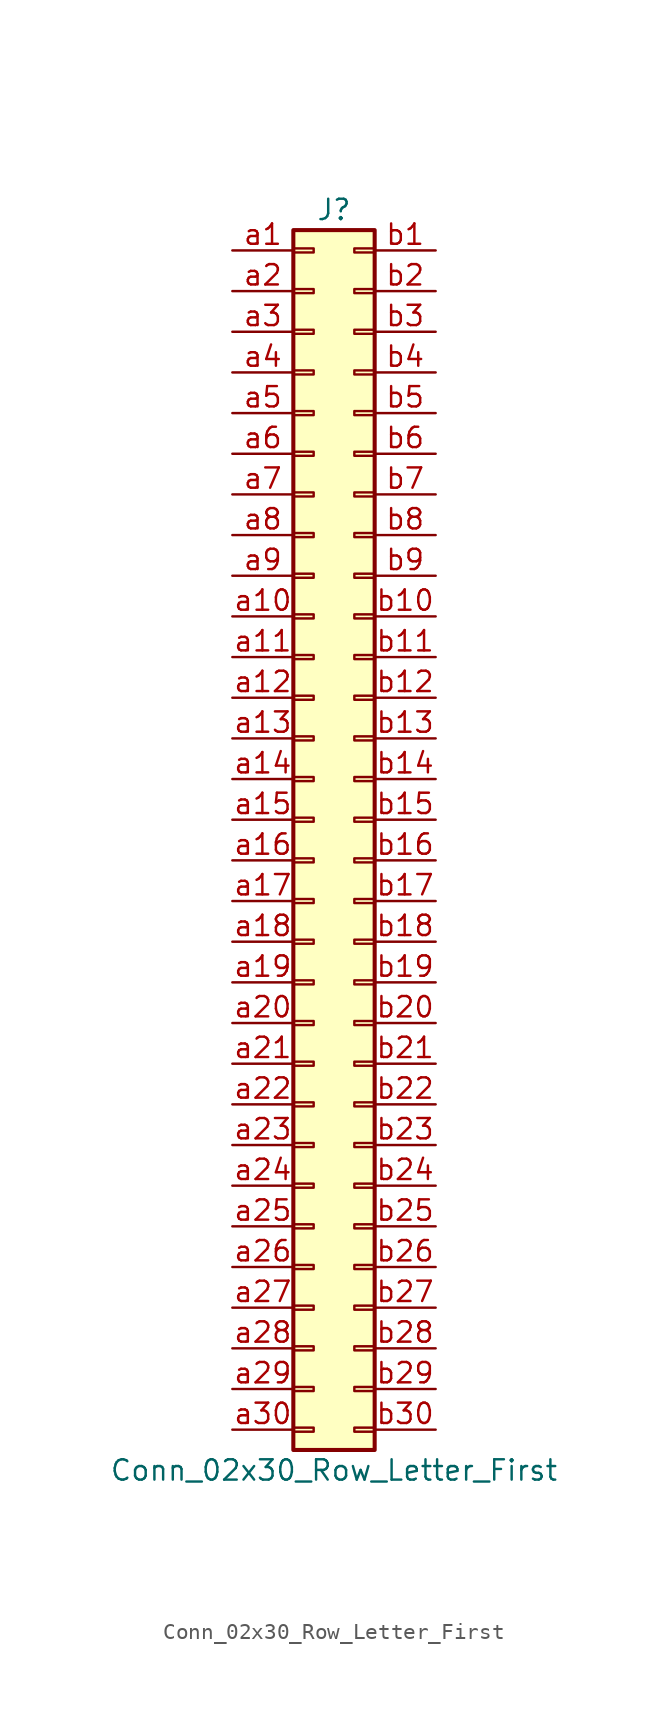
<source format=kicad_sym>
(kicad_symbol_lib
  (version 20201005)
  (generator kicad_symbol_editor)
  (symbol "Connector_Generic:Conn_02x30_Row_Letter_First"
    (pin_names
      (offset 1.016) hide)
    (property "Reference" "J"
      (at 1.27 38.1 0)
      (effects (font (size 1.27 1.27))))
    (property "Value" "Conn_02x30_Row_Letter_First"
      (at 1.27 -40.64 0)
      (effects (font (size 1.27 1.27))))
    (symbol "Conn_02x30_Row_Letter_First_1_1"
      (rectangle (start -1.27 -27.813) (end 0 -28.067) (stroke (width 0.152)) (fill (type none)))
      (rectangle (start -1.27 -30.353) (end 0 -30.607) (stroke (width 0.152)) (fill (type none)))
      (rectangle (start -1.27 -32.893) (end 0 -33.147) (stroke (width 0.152)) (fill (type none)))
      (rectangle (start -1.27 -35.433) (end 0 -35.687) (stroke (width 0.152)) (fill (type none)))
      (rectangle (start -1.27 -37.973) (end 0 -38.227) (stroke (width 0.152)) (fill (type none)))
      (rectangle (start -1.27 -4.953) (end 0 -5.207) (stroke (width 0.152)) (fill (type none)))
      (rectangle (start -1.27 -7.493) (end 0 -7.747) (stroke (width 0.152)) (fill (type none)))
      (rectangle (start -1.27 -10.033) (end 0 -10.287) (stroke (width 0.152)) (fill (type none)))
      (rectangle (start -1.27 -12.573) (end 0 -12.827) (stroke (width 0.152)) (fill (type none)))
      (rectangle (start -1.27 -15.113) (end 0 -15.367) (stroke (width 0.152)) (fill (type none)))
      (rectangle (start -1.27 -17.653) (end 0 -17.907) (stroke (width 0.152)) (fill (type none)))
      (rectangle (start -1.27 -20.193) (end 0 -20.447) (stroke (width 0.152)) (fill (type none)))
      (rectangle (start -1.27 -22.733) (end 0 -22.987) (stroke (width 0.152)) (fill (type none)))
      (rectangle (start -1.27 -2.413) (end 0 -2.667) (stroke (width 0.152)) (fill (type none)))
      (rectangle (start -1.27 -25.273) (end 0 -25.527) (stroke (width 0.152)) (fill (type none)))
      (rectangle (start -1.27 25.527) (end 0 25.273) (stroke (width 0.152)) (fill (type none)))
      (rectangle (start -1.27 2.667) (end 0 2.413) (stroke (width 0.152)) (fill (type none)))
      (rectangle (start -1.27 28.067) (end 0 27.813) (stroke (width 0.152)) (fill (type none)))
      (rectangle (start -1.27 30.607) (end 0 30.353) (stroke (width 0.152)) (fill (type none)))
      (rectangle (start -1.27 33.147) (end 0 32.893) (stroke (width 0.152)) (fill (type none)))
      (rectangle (start -1.27 35.687) (end 0 35.433) (stroke (width 0.152)) (fill (type none)))
      (rectangle (start -1.27 36.83) (end 3.81 -39.37) (stroke (width 0.254)) (fill (type background)))
      (rectangle (start -1.27 5.207) (end 0 4.953) (stroke (width 0.152)) (fill (type none)))
      (rectangle (start -1.27 7.747) (end 0 7.493) (stroke (width 0.152)) (fill (type none)))
      (rectangle (start -1.27 10.287) (end 0 10.033) (stroke (width 0.152)) (fill (type none)))
      (rectangle (start -1.27 0.127) (end 0 -0.127) (stroke (width 0.152)) (fill (type none)))
      (rectangle (start -1.27 12.827) (end 0 12.573) (stroke (width 0.152)) (fill (type none)))
      (rectangle (start -1.27 15.367) (end 0 15.113) (stroke (width 0.152)) (fill (type none)))
      (rectangle (start -1.27 17.907) (end 0 17.653) (stroke (width 0.152)) (fill (type none)))
      (rectangle (start -1.27 20.447) (end 0 20.193) (stroke (width 0.152)) (fill (type none)))
      (rectangle (start -1.27 22.987) (end 0 22.733) (stroke (width 0.152)) (fill (type none)))
      (rectangle (start 3.81 -27.813) (end 2.54 -28.067) (stroke (width 0.152)) (fill (type none)))
      (rectangle (start 3.81 -30.353) (end 2.54 -30.607) (stroke (width 0.152)) (fill (type none)))
      (rectangle (start 3.81 -32.893) (end 2.54 -33.147) (stroke (width 0.152)) (fill (type none)))
      (rectangle (start 3.81 -35.433) (end 2.54 -35.687) (stroke (width 0.152)) (fill (type none)))
      (rectangle (start 3.81 -37.973) (end 2.54 -38.227) (stroke (width 0.152)) (fill (type none)))
      (rectangle (start 3.81 -4.953) (end 2.54 -5.207) (stroke (width 0.152)) (fill (type none)))
      (rectangle (start 3.81 -7.493) (end 2.54 -7.747) (stroke (width 0.152)) (fill (type none)))
      (rectangle (start 3.81 -10.033) (end 2.54 -10.287) (stroke (width 0.152)) (fill (type none)))
      (rectangle (start 3.81 -12.573) (end 2.54 -12.827) (stroke (width 0.152)) (fill (type none)))
      (rectangle (start 3.81 -15.113) (end 2.54 -15.367) (stroke (width 0.152)) (fill (type none)))
      (rectangle (start 3.81 -17.653) (end 2.54 -17.907) (stroke (width 0.152)) (fill (type none)))
      (rectangle (start 3.81 -20.193) (end 2.54 -20.447) (stroke (width 0.152)) (fill (type none)))
      (rectangle (start 3.81 -22.733) (end 2.54 -22.987) (stroke (width 0.152)) (fill (type none)))
      (rectangle (start 3.81 -2.413) (end 2.54 -2.667) (stroke (width 0.152)) (fill (type none)))
      (rectangle (start 3.81 -25.273) (end 2.54 -25.527) (stroke (width 0.152)) (fill (type none)))
      (rectangle (start 3.81 25.527) (end 2.54 25.273) (stroke (width 0.152)) (fill (type none)))
      (rectangle (start 3.81 2.667) (end 2.54 2.413) (stroke (width 0.152)) (fill (type none)))
      (rectangle (start 3.81 28.067) (end 2.54 27.813) (stroke (width 0.152)) (fill (type none)))
      (rectangle (start 3.81 30.607) (end 2.54 30.353) (stroke (width 0.152)) (fill (type none)))
      (rectangle (start 3.81 33.147) (end 2.54 32.893) (stroke (width 0.152)) (fill (type none)))
      (rectangle (start 3.81 35.687) (end 2.54 35.433) (stroke (width 0.152)) (fill (type none)))
      (rectangle (start 3.81 5.207) (end 2.54 4.953) (stroke (width 0.152)) (fill (type none)))
      (rectangle (start 3.81 7.747) (end 2.54 7.493) (stroke (width 0.152)) (fill (type none)))
      (rectangle (start 3.81 10.287) (end 2.54 10.033) (stroke (width 0.152)) (fill (type none)))
      (rectangle (start 3.81 0.127) (end 2.54 -0.127) (stroke (width 0.152)) (fill (type none)))
      (rectangle (start 3.81 12.827) (end 2.54 12.573) (stroke (width 0.152)) (fill (type none)))
      (rectangle (start 3.81 15.367) (end 2.54 15.113) (stroke (width 0.152)) (fill (type none)))
      (rectangle (start 3.81 17.907) (end 2.54 17.653) (stroke (width 0.152)) (fill (type none)))
      (rectangle (start 3.81 20.447) (end 2.54 20.193) (stroke (width 0.152)) (fill (type none)))
      (rectangle (start 3.81 22.987) (end 2.54 22.733) (stroke (width 0.152)) (fill (type none)))
      (pin passive line (at -5.08 35.56 0) (length 3.81) (name "Pin_a1" (effects (font (size 1.27 1.27)))) (number "a1" (effects (font (size 1.27 1.27)))))
      (pin passive line (at -5.08 12.7 0) (length 3.81) (name "Pin_a10" (effects (font (size 1.27 1.27)))) (number "a10" (effects (font (size 1.27 1.27)))))
      (pin passive line (at -5.08 10.16 0) (length 3.81) (name "Pin_a11" (effects (font (size 1.27 1.27)))) (number "a11" (effects (font (size 1.27 1.27)))))
      (pin passive line (at -5.08 7.62 0) (length 3.81) (name "Pin_a12" (effects (font (size 1.27 1.27)))) (number "a12" (effects (font (size 1.27 1.27)))))
      (pin passive line (at -5.08 5.08 0) (length 3.81) (name "Pin_a13" (effects (font (size 1.27 1.27)))) (number "a13" (effects (font (size 1.27 1.27)))))
      (pin passive line (at -5.08 2.54 0) (length 3.81) (name "Pin_a14" (effects (font (size 1.27 1.27)))) (number "a14" (effects (font (size 1.27 1.27)))))
      (pin passive line (at -5.08 0 0) (length 3.81) (name "Pin_a15" (effects (font (size 1.27 1.27)))) (number "a15" (effects (font (size 1.27 1.27)))))
      (pin passive line (at -5.08 -2.54 0) (length 3.81) (name "Pin_a16" (effects (font (size 1.27 1.27)))) (number "a16" (effects (font (size 1.27 1.27)))))
      (pin passive line (at -5.08 -5.08 0) (length 3.81) (name "Pin_a17" (effects (font (size 1.27 1.27)))) (number "a17" (effects (font (size 1.27 1.27)))))
      (pin passive line (at -5.08 -7.62 0) (length 3.81) (name "Pin_a18" (effects (font (size 1.27 1.27)))) (number "a18" (effects (font (size 1.27 1.27)))))
      (pin passive line (at -5.08 -10.16 0) (length 3.81) (name "Pin_a19" (effects (font (size 1.27 1.27)))) (number "a19" (effects (font (size 1.27 1.27)))))
      (pin passive line (at -5.08 33.02 0) (length 3.81) (name "Pin_a2" (effects (font (size 1.27 1.27)))) (number "a2" (effects (font (size 1.27 1.27)))))
      (pin passive line (at -5.08 -12.7 0) (length 3.81) (name "Pin_a20" (effects (font (size 1.27 1.27)))) (number "a20" (effects (font (size 1.27 1.27)))))
      (pin passive line (at -5.08 -15.24 0) (length 3.81) (name "Pin_a21" (effects (font (size 1.27 1.27)))) (number "a21" (effects (font (size 1.27 1.27)))))
      (pin passive line (at -5.08 -17.78 0) (length 3.81) (name "Pin_a22" (effects (font (size 1.27 1.27)))) (number "a22" (effects (font (size 1.27 1.27)))))
      (pin passive line (at -5.08 -20.32 0) (length 3.81) (name "Pin_a23" (effects (font (size 1.27 1.27)))) (number "a23" (effects (font (size 1.27 1.27)))))
      (pin passive line (at -5.08 -22.86 0) (length 3.81) (name "Pin_a24" (effects (font (size 1.27 1.27)))) (number "a24" (effects (font (size 1.27 1.27)))))
      (pin passive line (at -5.08 -25.4 0) (length 3.81) (name "Pin_a25" (effects (font (size 1.27 1.27)))) (number "a25" (effects (font (size 1.27 1.27)))))
      (pin passive line (at -5.08 -27.94 0) (length 3.81) (name "Pin_a26" (effects (font (size 1.27 1.27)))) (number "a26" (effects (font (size 1.27 1.27)))))
      (pin passive line (at -5.08 -30.48 0) (length 3.81) (name "Pin_a27" (effects (font (size 1.27 1.27)))) (number "a27" (effects (font (size 1.27 1.27)))))
      (pin passive line (at -5.08 -33.02 0) (length 3.81) (name "Pin_a28" (effects (font (size 1.27 1.27)))) (number "a28" (effects (font (size 1.27 1.27)))))
      (pin passive line (at -5.08 -35.56 0) (length 3.81) (name "Pin_a29" (effects (font (size 1.27 1.27)))) (number "a29" (effects (font (size 1.27 1.27)))))
      (pin passive line (at -5.08 30.48 0) (length 3.81) (name "Pin_a3" (effects (font (size 1.27 1.27)))) (number "a3" (effects (font (size 1.27 1.27)))))
      (pin passive line (at -5.08 -38.1 0) (length 3.81) (name "Pin_a30" (effects (font (size 1.27 1.27)))) (number "a30" (effects (font (size 1.27 1.27)))))
      (pin passive line (at -5.08 27.94 0) (length 3.81) (name "Pin_a4" (effects (font (size 1.27 1.27)))) (number "a4" (effects (font (size 1.27 1.27)))))
      (pin passive line (at -5.08 25.4 0) (length 3.81) (name "Pin_a5" (effects (font (size 1.27 1.27)))) (number "a5" (effects (font (size 1.27 1.27)))))
      (pin passive line (at -5.08 22.86 0) (length 3.81) (name "Pin_a6" (effects (font (size 1.27 1.27)))) (number "a6" (effects (font (size 1.27 1.27)))))
      (pin passive line (at -5.08 20.32 0) (length 3.81) (name "Pin_a7" (effects (font (size 1.27 1.27)))) (number "a7" (effects (font (size 1.27 1.27)))))
      (pin passive line (at -5.08 17.78 0) (length 3.81) (name "Pin_a8" (effects (font (size 1.27 1.27)))) (number "a8" (effects (font (size 1.27 1.27)))))
      (pin passive line (at -5.08 15.24 0) (length 3.81) (name "Pin_a9" (effects (font (size 1.27 1.27)))) (number "a9" (effects (font (size 1.27 1.27)))))
      (pin passive line (at 7.62 35.56 180) (length 3.81) (name "Pin_b1" (effects (font (size 1.27 1.27)))) (number "b1" (effects (font (size 1.27 1.27)))))
      (pin passive line (at 7.62 12.7 180) (length 3.81) (name "Pin_b10" (effects (font (size 1.27 1.27)))) (number "b10" (effects (font (size 1.27 1.27)))))
      (pin passive line (at 7.62 10.16 180) (length 3.81) (name "Pin_b11" (effects (font (size 1.27 1.27)))) (number "b11" (effects (font (size 1.27 1.27)))))
      (pin passive line (at 7.62 7.62 180) (length 3.81) (name "Pin_b12" (effects (font (size 1.27 1.27)))) (number "b12" (effects (font (size 1.27 1.27)))))
      (pin passive line (at 7.62 5.08 180) (length 3.81) (name "Pin_b13" (effects (font (size 1.27 1.27)))) (number "b13" (effects (font (size 1.27 1.27)))))
      (pin passive line (at 7.62 2.54 180) (length 3.81) (name "Pin_b14" (effects (font (size 1.27 1.27)))) (number "b14" (effects (font (size 1.27 1.27)))))
      (pin passive line (at 7.62 0 180) (length 3.81) (name "Pin_b15" (effects (font (size 1.27 1.27)))) (number "b15" (effects (font (size 1.27 1.27)))))
      (pin passive line (at 7.62 -2.54 180) (length 3.81) (name "Pin_b16" (effects (font (size 1.27 1.27)))) (number "b16" (effects (font (size 1.27 1.27)))))
      (pin passive line (at 7.62 -5.08 180) (length 3.81) (name "Pin_b17" (effects (font (size 1.27 1.27)))) (number "b17" (effects (font (size 1.27 1.27)))))
      (pin passive line (at 7.62 -7.62 180) (length 3.81) (name "Pin_b18" (effects (font (size 1.27 1.27)))) (number "b18" (effects (font (size 1.27 1.27)))))
      (pin passive line (at 7.62 -10.16 180) (length 3.81) (name "Pin_b19" (effects (font (size 1.27 1.27)))) (number "b19" (effects (font (size 1.27 1.27)))))
      (pin passive line (at 7.62 33.02 180) (length 3.81) (name "Pin_b2" (effects (font (size 1.27 1.27)))) (number "b2" (effects (font (size 1.27 1.27)))))
      (pin passive line (at 7.62 -12.7 180) (length 3.81) (name "Pin_b20" (effects (font (size 1.27 1.27)))) (number "b20" (effects (font (size 1.27 1.27)))))
      (pin passive line (at 7.62 -15.24 180) (length 3.81) (name "Pin_b21" (effects (font (size 1.27 1.27)))) (number "b21" (effects (font (size 1.27 1.27)))))
      (pin passive line (at 7.62 -17.78 180) (length 3.81) (name "Pin_b22" (effects (font (size 1.27 1.27)))) (number "b22" (effects (font (size 1.27 1.27)))))
      (pin passive line (at 7.62 -20.32 180) (length 3.81) (name "Pin_b23" (effects (font (size 1.27 1.27)))) (number "b23" (effects (font (size 1.27 1.27)))))
      (pin passive line (at 7.62 -22.86 180) (length 3.81) (name "Pin_b24" (effects (font (size 1.27 1.27)))) (number "b24" (effects (font (size 1.27 1.27)))))
      (pin passive line (at 7.62 -25.4 180) (length 3.81) (name "Pin_b25" (effects (font (size 1.27 1.27)))) (number "b25" (effects (font (size 1.27 1.27)))))
      (pin passive line (at 7.62 -27.94 180) (length 3.81) (name "Pin_b26" (effects (font (size 1.27 1.27)))) (number "b26" (effects (font (size 1.27 1.27)))))
      (pin passive line (at 7.62 -30.48 180) (length 3.81) (name "Pin_b27" (effects (font (size 1.27 1.27)))) (number "b27" (effects (font (size 1.27 1.27)))))
      (pin passive line (at 7.62 -33.02 180) (length 3.81) (name "Pin_b28" (effects (font (size 1.27 1.27)))) (number "b28" (effects (font (size 1.27 1.27)))))
      (pin passive line (at 7.62 -35.56 180) (length 3.81) (name "Pin_b29" (effects (font (size 1.27 1.27)))) (number "b29" (effects (font (size 1.27 1.27)))))
      (pin passive line (at 7.62 30.48 180) (length 3.81) (name "Pin_b3" (effects (font (size 1.27 1.27)))) (number "b3" (effects (font (size 1.27 1.27)))))
      (pin passive line (at 7.62 -38.1 180) (length 3.81) (name "Pin_b30" (effects (font (size 1.27 1.27)))) (number "b30" (effects (font (size 1.27 1.27)))))
      (pin passive line (at 7.62 27.94 180) (length 3.81) (name "Pin_b4" (effects (font (size 1.27 1.27)))) (number "b4" (effects (font (size 1.27 1.27)))))
      (pin passive line (at 7.62 25.4 180) (length 3.81) (name "Pin_b5" (effects (font (size 1.27 1.27)))) (number "b5" (effects (font (size 1.27 1.27)))))
      (pin passive line (at 7.62 22.86 180) (length 3.81) (name "Pin_b6" (effects (font (size 1.27 1.27)))) (number "b6" (effects (font (size 1.27 1.27)))))
      (pin passive line (at 7.62 20.32 180) (length 3.81) (name "Pin_b7" (effects (font (size 1.27 1.27)))) (number "b7" (effects (font (size 1.27 1.27)))))
      (pin passive line (at 7.62 17.78 180) (length 3.81) (name "Pin_b8" (effects (font (size 1.27 1.27)))) (number "b8" (effects (font (size 1.27 1.27)))))
      (pin passive line (at 7.62 15.24 180) (length 3.81) (name "Pin_b9" (effects (font (size 1.27 1.27)))) (number "b9" (effects (font (size 1.27 1.27))))))))
</source>
